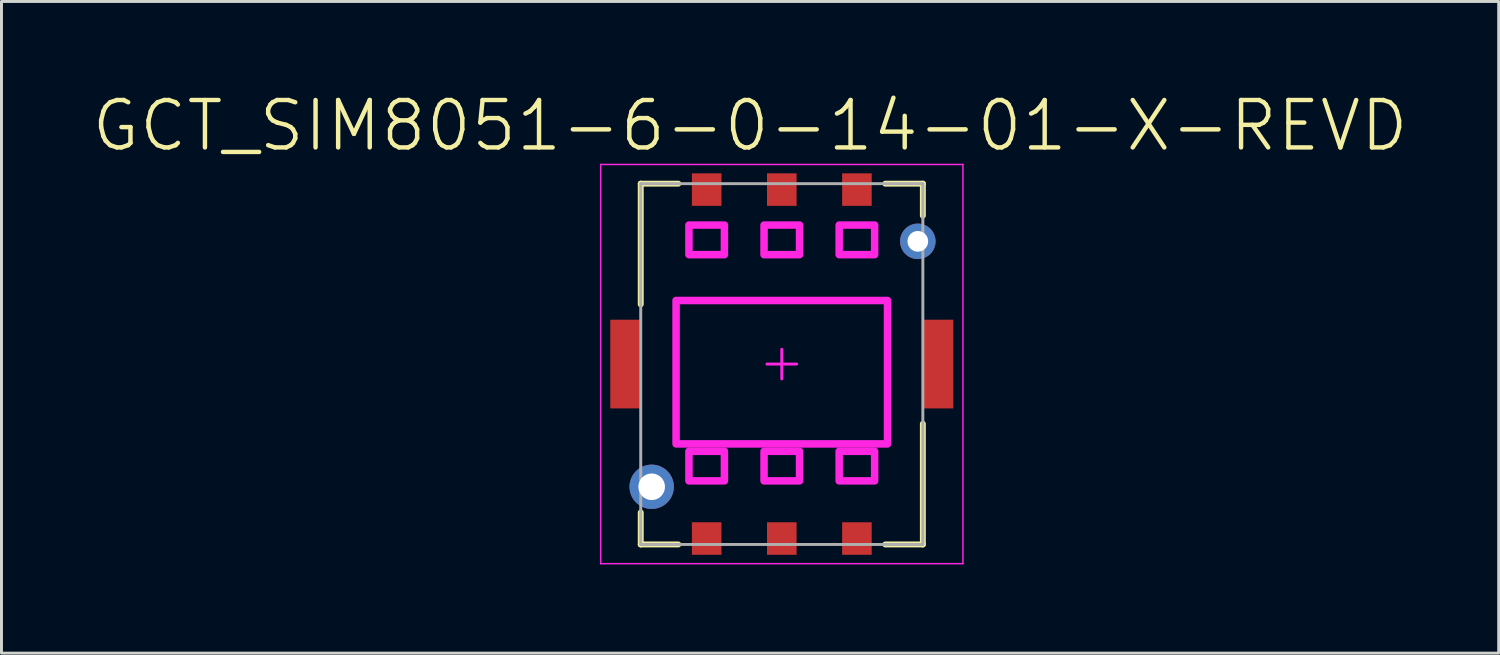
<source format=kicad_pcb>
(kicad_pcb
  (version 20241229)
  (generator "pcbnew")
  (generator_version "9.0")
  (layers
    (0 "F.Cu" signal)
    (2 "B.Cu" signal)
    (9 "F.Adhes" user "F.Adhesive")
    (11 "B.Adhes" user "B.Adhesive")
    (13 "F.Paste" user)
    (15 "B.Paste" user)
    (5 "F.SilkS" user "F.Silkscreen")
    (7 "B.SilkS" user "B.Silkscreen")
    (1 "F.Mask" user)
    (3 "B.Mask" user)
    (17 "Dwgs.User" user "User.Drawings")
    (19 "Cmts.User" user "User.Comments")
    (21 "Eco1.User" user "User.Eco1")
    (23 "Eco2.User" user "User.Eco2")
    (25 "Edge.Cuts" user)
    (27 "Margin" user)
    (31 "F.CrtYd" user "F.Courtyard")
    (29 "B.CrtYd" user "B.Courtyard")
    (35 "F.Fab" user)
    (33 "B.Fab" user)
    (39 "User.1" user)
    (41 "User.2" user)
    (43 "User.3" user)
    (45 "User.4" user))
  (footprint "GCT_SIM8051-6-0-14-01-X-REVD"
    (layer "F.Cu")
    (at 23.387 9.261)
    (property "Reference" "GCT_SIM8051-6-0-14-01-X-REVD" (at -1.072 -8.06 0) (layer "F.SilkS") (effects (font (size 1.603 1.603) (thickness 0.15))))
    (attr smd)
    (fp_line (start -4.77 -6.1) (end -3.5 -6.1) (stroke (width 0.2) (type solid)) (layer "F.SilkS"))
    (fp_line (start -4.77 -2.02) (end -4.77 -6.1) (stroke (width 0.2) (type solid)) (layer "F.SilkS"))
    (fp_line (start -4.77 6.1) (end -4.77 5.02) (stroke (width 0.2) (type solid)) (layer "F.SilkS"))
    (fp_line (start -4.77 6.1) (end -3.5 6.1) (stroke (width 0.2) (type solid)) (layer "F.SilkS"))
    (fp_line (start 3.5 -6.1) (end 4.77 -6.1) (stroke (width 0.2) (type solid)) (layer "F.SilkS"))
    (fp_line (start 3.5 6.1) (end 4.77 6.1) (stroke (width 0.2) (type solid)) (layer "F.SilkS"))
    (fp_line (start 4.77 -5.02) (end 4.77 -6.1) (stroke (width 0.2) (type solid)) (layer "F.SilkS"))
    (fp_line (start 4.77 6.1) (end 4.77 2.02) (stroke (width 0.2) (type solid)) (layer "F.SilkS"))
    (fp_line (start -6.125 -6.75) (end 6.125 -6.75) (stroke (width 0.05) (type solid)) (layer "F.CrtYd"))
    (fp_line (start -6.125 6.75) (end -6.125 -6.75) (stroke (width 0.05) (type solid)) (layer "F.CrtYd"))
    (fp_line (start -6.125 6.75) (end 6.125 6.75) (stroke (width 0.05) (type solid)) (layer "F.CrtYd"))
    (fp_line (start -0.5 0) (end 0.5 0) (stroke (width 0.1) (type solid)) (layer "F.CrtYd"))
    (fp_line (start 0 0.5) (end 0 -0.5) (stroke (width 0.1) (type solid)) (layer "F.CrtYd"))
    (fp_line (start 6.125 6.75) (end 6.125 -6.75) (stroke (width 0.05) (type solid)) (layer "F.CrtYd"))
    (fp_poly (pts (xy -3.575 2.7) (xy 3.575 2.7) (xy 3.575 -2.15) (xy -3.575 -2.15)) (stroke (width 0.254) (type solid)) (fill no) (layer "F.CrtYd"))
    (fp_poly (pts (xy -3.14 -3.7) (xy -1.94 -3.7) (xy -1.94 -4.7) (xy -3.14 -4.7)) (stroke (width 0.254) (type solid)) (fill no) (layer "F.CrtYd"))
    (fp_poly (pts (xy -3.14 3.95) (xy -1.94 3.95) (xy -1.94 2.95) (xy -3.14 2.95)) (stroke (width 0.254) (type solid)) (fill no) (layer "F.CrtYd"))
    (fp_poly (pts (xy -0.6 -3.7) (xy 0.6 -3.7) (xy 0.6 -4.7) (xy -0.6 -4.7)) (stroke (width 0.254) (type solid)) (fill no) (layer "F.CrtYd"))
    (fp_poly (pts (xy -0.6 3.95) (xy 0.6 3.95) (xy 0.6 2.95) (xy -0.6 2.95)) (stroke (width 0.254) (type solid)) (fill no) (layer "F.CrtYd"))
    (fp_poly (pts (xy 1.94 -3.7) (xy 3.14 -3.7) (xy 3.14 -4.7) (xy 1.94 -4.7)) (stroke (width 0.254) (type solid)) (fill no) (layer "F.CrtYd"))
    (fp_poly (pts (xy 1.94 3.95) (xy 3.14 3.95) (xy 3.14 2.95) (xy 1.94 2.95)) (stroke (width 0.254) (type solid)) (fill no) (layer "F.CrtYd"))
    (fp_line (start -4.77 -6.1) (end 4.77 -6.1) (stroke (width 0.1) (type solid)) (layer "F.Fab"))
    (fp_line (start -4.77 6.1) (end -4.77 -6.1) (stroke (width 0.1) (type solid)) (layer "F.Fab"))
    (fp_line (start -4.77 6.1) (end 4.77 6.1) (stroke (width 0.1) (type solid)) (layer "F.Fab"))
    (fp_line (start 4.77 6.1) (end 4.77 -6.1) (stroke (width 0.1) (type solid)) (layer "F.Fab"))
    (pad "1" thru_hole circle (at -4.4 4.15) (size 1.5 1.5) (drill 0.9) (layers "*.Cu" "*.Mask"))
    (pad "2" thru_hole circle (at 4.6 -4.15) (size 1.2 1.2) (drill 0.7) (layers "*.Cu" "*.Mask"))
    (pad "6" smd rect (at 5.3 0) (size 1 3) (layers "F.Cu" "F.Mask" "F.Paste"))
    (pad "10" smd rect (at -5.3 0) (size 1 3) (layers "F.Cu" "F.Mask" "F.Paste"))
    (pad "C1" smd rect (at 2.54 5.9) (size 1 1.1) (layers "F.Cu" "F.Mask" "F.Paste"))
    (pad "C2" smd rect (at 0 5.9) (size 1 1.1) (layers "F.Cu" "F.Mask" "F.Paste"))
    (pad "C3" smd rect (at -2.54 5.9) (size 1 1.1) (layers "F.Cu" "F.Mask" "F.Paste"))
    (pad "C5" smd rect (at 2.54 -5.9) (size 1 1.1) (layers "F.Cu" "F.Mask" "F.Paste"))
    (pad "C6" smd rect (at 0 -5.9) (size 1 1.1) (layers "F.Cu" "F.Mask" "F.Paste"))
    (pad "C7" smd rect (at -2.54 -5.9) (size 1 1.1) (layers "F.Cu" "F.Mask" "F.Paste")))
  (gr_rect
    (start -3 -3)
    (end 47.63 19.036)
    (stroke (width 0.1) (type default))
    (fill no)
    (layer "Edge.Cuts")))
</source>
